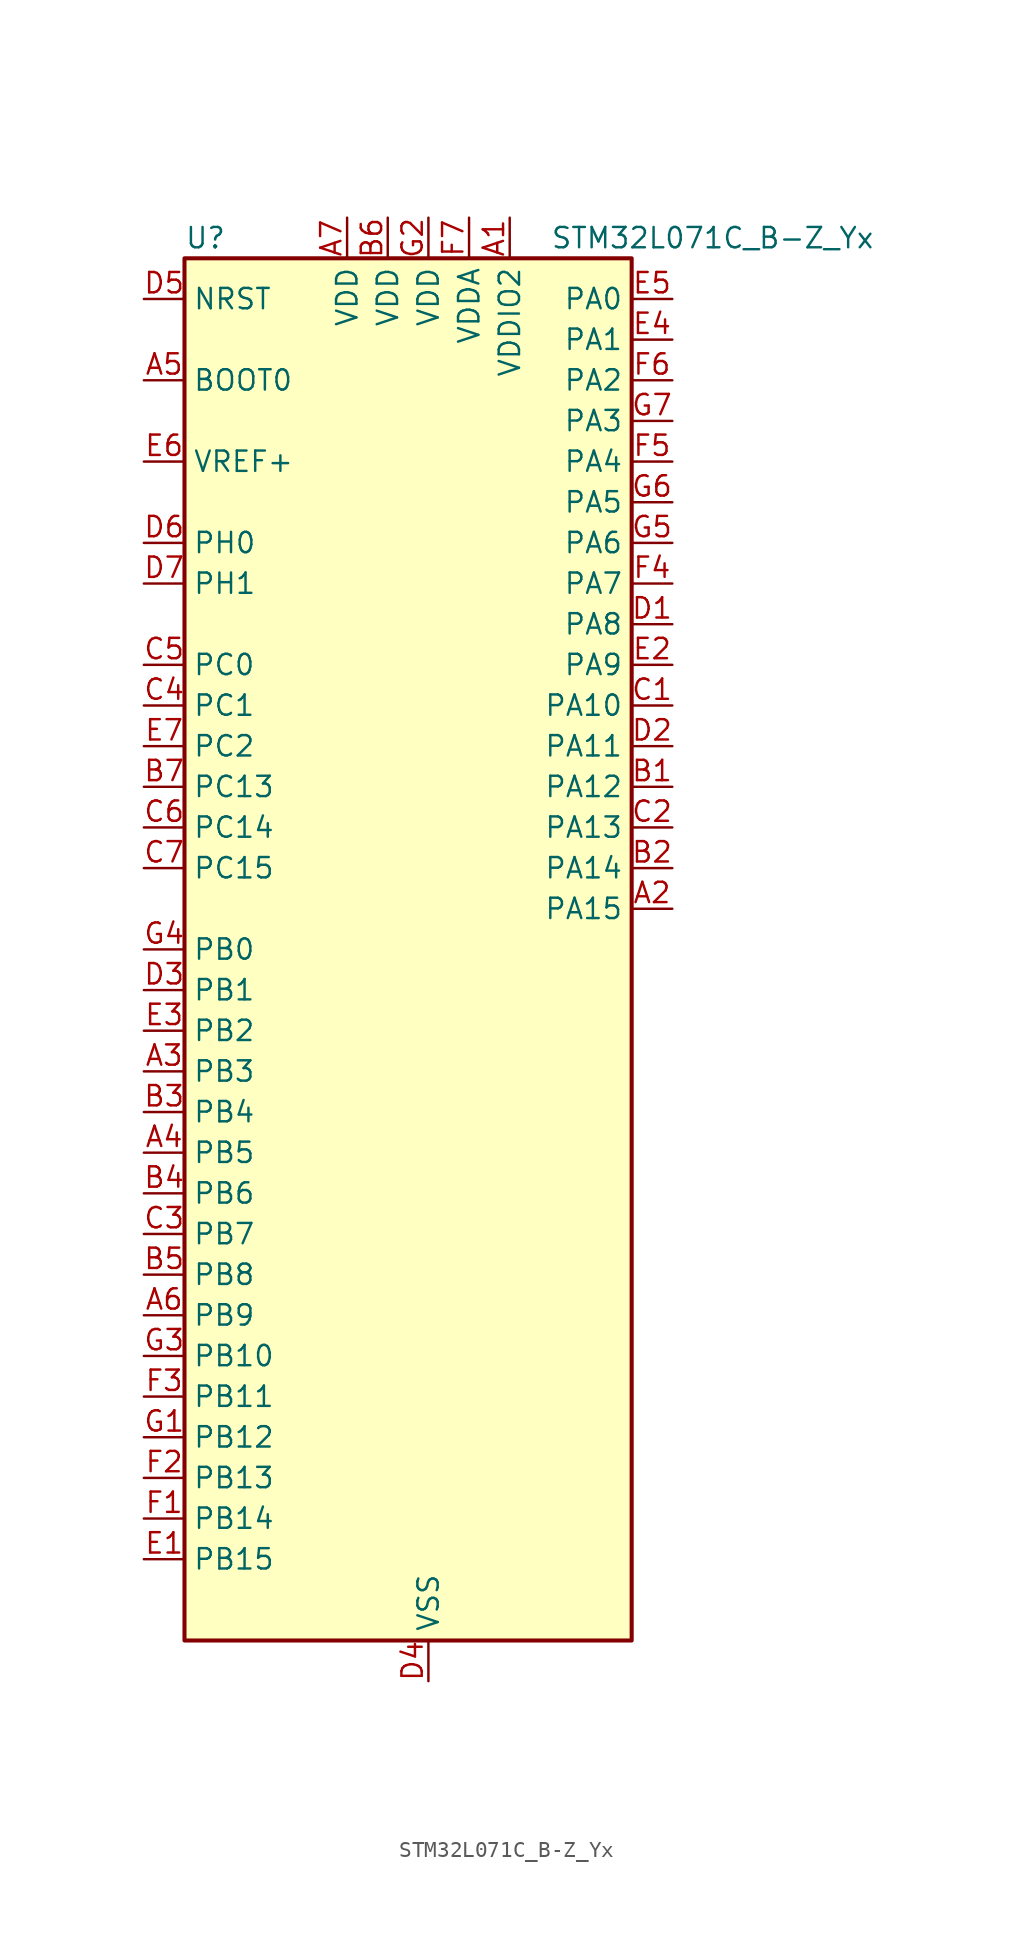
<source format=kicad_sym>
(kicad_symbol_lib
  (version 20231120)
  (generator "kicad_symbol_editor")
  (generator_version "8.0")
  (symbol "STM32L071C_B-Z_Yx"
    (property "Reference" "U"
      (at -12.7 44.45 0)
      (effects (font (size 1.27 1.27)) (justify left)))
    (property "Value" "STM32L071C_B-Z_Yx"
      (at 10.16 44.45 0)
      (effects (font (size 1.27 1.27)) (justify left)))
    (property "ki_locked" ""
      (at 0 0 0)
      (effects (font (size 1.27 1.27))))
    (symbol "STM32L071C_B-Z_Yx_0_1"
      (rectangle (start -12.7 -43.18) (end 15.24 43.18) (stroke (width 0.254) (type default)) (fill (type background))))
    (symbol "STM32L071C_B-Z_Yx_1_1"
      (pin power_in line (at 7.62 45.72 270) (length 2.54) (name "VDDIO2" (effects (font (size 1.27 1.27)))) (number "A1" (effects (font (size 1.27 1.27)))))
      (pin bidirectional line (at 17.78 2.54 180) (length 2.54) (name "PA15" (effects (font (size 1.27 1.27)))) (number "A2" (effects (font (size 1.27 1.27)))) (alternate "SPI1_NSS" bidirectional line) (alternate "TIM2_CH1" bidirectional line) (alternate "TIM2_ETR" bidirectional line) (alternate "USART2_RX" bidirectional line) (alternate "USART4_DE" bidirectional line) (alternate "USART4_RTS" bidirectional line))
      (pin bidirectional line (at -15.24 -7.62 0) (length 2.54) (name "PB3" (effects (font (size 1.27 1.27)))) (number "A3" (effects (font (size 1.27 1.27)))) (alternate "COMP2_INM" bidirectional line) (alternate "SPI1_SCK" bidirectional line) (alternate "TIM2_CH2" bidirectional line) (alternate "USART1_DE" bidirectional line) (alternate "USART1_RTS" bidirectional line) (alternate "USART5_TX" bidirectional line))
      (pin bidirectional line (at -15.24 -12.7 0) (length 2.54) (name "PB5" (effects (font (size 1.27 1.27)))) (number "A4" (effects (font (size 1.27 1.27)))) (alternate "COMP2_INP" bidirectional line) (alternate "I2C1_SMBA" bidirectional line) (alternate "LPTIM1_IN1" bidirectional line) (alternate "SPI1_MOSI" bidirectional line) (alternate "TIM22_CH2" bidirectional line) (alternate "TIM3_CH2" bidirectional line) (alternate "USART1_CK" bidirectional line) (alternate "USART5_CK" bidirectional line) (alternate "USART5_DE" bidirectional line) (alternate "USART5_RTS" bidirectional line))
      (pin input line (at -15.24 35.56 0) (length 2.54) (name "BOOT0" (effects (font (size 1.27 1.27)))) (number "A5" (effects (font (size 1.27 1.27)))))
      (pin bidirectional line (at -15.24 -22.86 0) (length 2.54) (name "PB9" (effects (font (size 1.27 1.27)))) (number "A6" (effects (font (size 1.27 1.27)))) (alternate "I2C1_SDA" bidirectional line) (alternate "I2S2_WS" bidirectional line) (alternate "SPI2_NSS" bidirectional line))
      (pin power_in line (at -2.54 45.72 270) (length 2.54) (name "VDD" (effects (font (size 1.27 1.27)))) (number "A7" (effects (font (size 1.27 1.27)))))
      (pin bidirectional line (at 17.78 10.16 180) (length 2.54) (name "PA12" (effects (font (size 1.27 1.27)))) (number "B1" (effects (font (size 1.27 1.27)))) (alternate "COMP2_OUT" bidirectional line) (alternate "SPI1_MOSI" bidirectional line) (alternate "USART1_DE" bidirectional line) (alternate "USART1_RTS" bidirectional line))
      (pin bidirectional line (at 17.78 5.08 180) (length 2.54) (name "PA14" (effects (font (size 1.27 1.27)))) (number "B2" (effects (font (size 1.27 1.27)))) (alternate "LPUART1_TX" bidirectional line) (alternate "SYS_SWCLK" bidirectional line) (alternate "USART2_TX" bidirectional line))
      (pin bidirectional line (at -15.24 -10.16 0) (length 2.54) (name "PB4" (effects (font (size 1.27 1.27)))) (number "B3" (effects (font (size 1.27 1.27)))) (alternate "COMP2_INP" bidirectional line) (alternate "I2C3_SDA" bidirectional line) (alternate "SPI1_MISO" bidirectional line) (alternate "TIM22_CH1" bidirectional line) (alternate "TIM3_CH1" bidirectional line) (alternate "USART1_CTS" bidirectional line) (alternate "USART5_RX" bidirectional line))
      (pin bidirectional line (at -15.24 -15.24 0) (length 2.54) (name "PB6" (effects (font (size 1.27 1.27)))) (number "B4" (effects (font (size 1.27 1.27)))) (alternate "COMP2_INP" bidirectional line) (alternate "I2C1_SCL" bidirectional line) (alternate "LPTIM1_ETR" bidirectional line) (alternate "USART1_TX" bidirectional line))
      (pin bidirectional line (at -15.24 -20.32 0) (length 2.54) (name "PB8" (effects (font (size 1.27 1.27)))) (number "B5" (effects (font (size 1.27 1.27)))) (alternate "I2C1_SCL" bidirectional line))
      (pin power_in line (at 0 45.72 270) (length 2.54) (name "VDD" (effects (font (size 1.27 1.27)))) (number "B6" (effects (font (size 1.27 1.27)))))
      (pin bidirectional line (at -15.24 10.16 0) (length 2.54) (name "PC13" (effects (font (size 1.27 1.27)))) (number "B7" (effects (font (size 1.27 1.27)))) (alternate "RTC_OUT_ALARM" bidirectional line) (alternate "RTC_OUT_CALIB" bidirectional line) (alternate "RTC_TAMP1" bidirectional line) (alternate "RTC_TS" bidirectional line) (alternate "SYS_WKUP2" bidirectional line))
      (pin bidirectional line (at 17.78 15.24 180) (length 2.54) (name "PA10" (effects (font (size 1.27 1.27)))) (number "C1" (effects (font (size 1.27 1.27)))) (alternate "I2C1_SDA" bidirectional line) (alternate "USART1_RX" bidirectional line))
      (pin bidirectional line (at 17.78 7.62 180) (length 2.54) (name "PA13" (effects (font (size 1.27 1.27)))) (number "C2" (effects (font (size 1.27 1.27)))) (alternate "LPUART1_RX" bidirectional line) (alternate "SYS_SWDIO" bidirectional line))
      (pin bidirectional line (at -15.24 -17.78 0) (length 2.54) (name "PB7" (effects (font (size 1.27 1.27)))) (number "C3" (effects (font (size 1.27 1.27)))) (alternate "COMP2_INP" bidirectional line) (alternate "I2C1_SDA" bidirectional line) (alternate "LPTIM1_IN2" bidirectional line) (alternate "SYS_PVD_IN" bidirectional line) (alternate "USART1_RX" bidirectional line) (alternate "USART4_CTS" bidirectional line))
      (pin bidirectional line (at -15.24 15.24 0) (length 2.54) (name "PC1" (effects (font (size 1.27 1.27)))) (number "C4" (effects (font (size 1.27 1.27)))) (alternate "ADC_IN11" bidirectional line) (alternate "I2C3_SDA" bidirectional line) (alternate "LPTIM1_OUT" bidirectional line) (alternate "LPUART1_TX" bidirectional line))
      (pin bidirectional line (at -15.24 17.78 0) (length 2.54) (name "PC0" (effects (font (size 1.27 1.27)))) (number "C5" (effects (font (size 1.27 1.27)))) (alternate "ADC_IN10" bidirectional line) (alternate "I2C3_SCL" bidirectional line) (alternate "LPTIM1_IN1" bidirectional line) (alternate "LPUART1_RX" bidirectional line))
      (pin bidirectional line (at -15.24 7.62 0) (length 2.54) (name "PC14" (effects (font (size 1.27 1.27)))) (number "C6" (effects (font (size 1.27 1.27)))) (alternate "RCC_OSC32_IN" bidirectional line))
      (pin bidirectional line (at -15.24 5.08 0) (length 2.54) (name "PC15" (effects (font (size 1.27 1.27)))) (number "C7" (effects (font (size 1.27 1.27)))) (alternate "RCC_OSC32_OUT" bidirectional line))
      (pin bidirectional line (at 17.78 20.32 180) (length 2.54) (name "PA8" (effects (font (size 1.27 1.27)))) (number "D1" (effects (font (size 1.27 1.27)))) (alternate "I2C3_SCL" bidirectional line) (alternate "RCC_MCO" bidirectional line) (alternate "USART1_CK" bidirectional line))
      (pin bidirectional line (at 17.78 12.7 180) (length 2.54) (name "PA11" (effects (font (size 1.27 1.27)))) (number "D2" (effects (font (size 1.27 1.27)))) (alternate "ADC_EXTI11" bidirectional line) (alternate "COMP1_OUT" bidirectional line) (alternate "SPI1_MISO" bidirectional line) (alternate "USART1_CTS" bidirectional line))
      (pin bidirectional line (at -15.24 -2.54 0) (length 2.54) (name "PB1" (effects (font (size 1.27 1.27)))) (number "D3" (effects (font (size 1.27 1.27)))) (alternate "ADC_IN9" bidirectional line) (alternate "LPUART1_DE" bidirectional line) (alternate "LPUART1_RTS" bidirectional line) (alternate "SYS_VREF_OUT_PB1" bidirectional line) (alternate "TIM3_CH4" bidirectional line))
      (pin power_in line (at 2.54 -45.72 90) (length 2.54) (name "VSS" (effects (font (size 1.27 1.27)))) (number "D4" (effects (font (size 1.27 1.27)))))
      (pin input line (at -15.24 40.64 0) (length 2.54) (name "NRST" (effects (font (size 1.27 1.27)))) (number "D5" (effects (font (size 1.27 1.27)))))
      (pin bidirectional line (at -15.24 25.4 0) (length 2.54) (name "PH0" (effects (font (size 1.27 1.27)))) (number "D6" (effects (font (size 1.27 1.27)))) (alternate "RCC_OSC_IN" bidirectional line))
      (pin bidirectional line (at -15.24 22.86 0) (length 2.54) (name "PH1" (effects (font (size 1.27 1.27)))) (number "D7" (effects (font (size 1.27 1.27)))) (alternate "RCC_OSC_OUT" bidirectional line))
      (pin bidirectional line (at -15.24 -38.1 0) (length 2.54) (name "PB15" (effects (font (size 1.27 1.27)))) (number "E1" (effects (font (size 1.27 1.27)))) (alternate "I2S2_SD" bidirectional line) (alternate "RTC_REFIN" bidirectional line) (alternate "SPI2_MOSI" bidirectional line))
      (pin bidirectional line (at 17.78 17.78 180) (length 2.54) (name "PA9" (effects (font (size 1.27 1.27)))) (number "E2" (effects (font (size 1.27 1.27)))) (alternate "I2C1_SCL" bidirectional line) (alternate "I2C3_SMBA" bidirectional line) (alternate "RCC_MCO" bidirectional line) (alternate "USART1_TX" bidirectional line))
      (pin bidirectional line (at -15.24 -5.08 0) (length 2.54) (name "PB2" (effects (font (size 1.27 1.27)))) (number "E3" (effects (font (size 1.27 1.27)))) (alternate "I2C3_SMBA" bidirectional line) (alternate "LPTIM1_OUT" bidirectional line))
      (pin bidirectional line (at 17.78 38.1 180) (length 2.54) (name "PA1" (effects (font (size 1.27 1.27)))) (number "E4" (effects (font (size 1.27 1.27)))) (alternate "ADC_IN1" bidirectional line) (alternate "COMP1_INP" bidirectional line) (alternate "TIM21_ETR" bidirectional line) (alternate "TIM2_CH2" bidirectional line) (alternate "USART2_DE" bidirectional line) (alternate "USART2_RTS" bidirectional line) (alternate "USART4_RX" bidirectional line))
      (pin bidirectional line (at 17.78 40.64 180) (length 2.54) (name "PA0" (effects (font (size 1.27 1.27)))) (number "E5" (effects (font (size 1.27 1.27)))) (alternate "ADC_IN0" bidirectional line) (alternate "COMP1_INM" bidirectional line) (alternate "COMP1_OUT" bidirectional line) (alternate "RTC_TAMP2" bidirectional line) (alternate "SYS_WKUP1" bidirectional line) (alternate "TIM2_CH1" bidirectional line) (alternate "TIM2_ETR" bidirectional line) (alternate "USART2_CTS" bidirectional line) (alternate "USART4_TX" bidirectional line))
      (pin input line (at -15.24 30.48 0) (length 2.54) (name "VREF+" (effects (font (size 1.27 1.27)))) (number "E6" (effects (font (size 1.27 1.27)))))
      (pin bidirectional line (at -15.24 12.7 0) (length 2.54) (name "PC2" (effects (font (size 1.27 1.27)))) (number "E7" (effects (font (size 1.27 1.27)))) (alternate "ADC_IN12" bidirectional line) (alternate "I2S2_MCK" bidirectional line) (alternate "LPTIM1_IN2" bidirectional line) (alternate "SPI2_MISO" bidirectional line))
      (pin bidirectional line (at -15.24 -35.56 0) (length 2.54) (name "PB14" (effects (font (size 1.27 1.27)))) (number "F1" (effects (font (size 1.27 1.27)))) (alternate "I2C2_SDA" bidirectional line) (alternate "I2S2_MCK" bidirectional line) (alternate "LPUART1_DE" bidirectional line) (alternate "LPUART1_RTS" bidirectional line) (alternate "RTC_OUT_ALARM" bidirectional line) (alternate "RTC_OUT_CALIB" bidirectional line) (alternate "SPI2_MISO" bidirectional line) (alternate "TIM21_CH2" bidirectional line))
      (pin bidirectional line (at -15.24 -33.02 0) (length 2.54) (name "PB13" (effects (font (size 1.27 1.27)))) (number "F2" (effects (font (size 1.27 1.27)))) (alternate "I2C2_SCL" bidirectional line) (alternate "I2S2_CK" bidirectional line) (alternate "LPUART1_CTS" bidirectional line) (alternate "RCC_MCO" bidirectional line) (alternate "SPI2_SCK" bidirectional line) (alternate "TIM21_CH1" bidirectional line))
      (pin bidirectional line (at -15.24 -27.94 0) (length 2.54) (name "PB11" (effects (font (size 1.27 1.27)))) (number "F3" (effects (font (size 1.27 1.27)))) (alternate "ADC_EXTI11" bidirectional line) (alternate "I2C2_SDA" bidirectional line) (alternate "LPUART1_RX" bidirectional line) (alternate "LPUART1_TX" bidirectional line) (alternate "TIM2_CH4" bidirectional line))
      (pin bidirectional line (at 17.78 22.86 180) (length 2.54) (name "PA7" (effects (font (size 1.27 1.27)))) (number "F4" (effects (font (size 1.27 1.27)))) (alternate "ADC_IN7" bidirectional line) (alternate "COMP2_OUT" bidirectional line) (alternate "SPI1_MOSI" bidirectional line) (alternate "TIM22_CH2" bidirectional line) (alternate "TIM3_CH2" bidirectional line))
      (pin bidirectional line (at 17.78 30.48 180) (length 2.54) (name "PA4" (effects (font (size 1.27 1.27)))) (number "F5" (effects (font (size 1.27 1.27)))) (alternate "ADC_IN4" bidirectional line) (alternate "COMP1_INM" bidirectional line) (alternate "COMP2_INM" bidirectional line) (alternate "SPI1_NSS" bidirectional line) (alternate "TIM22_ETR" bidirectional line) (alternate "USART2_CK" bidirectional line))
      (pin bidirectional line (at 17.78 35.56 180) (length 2.54) (name "PA2" (effects (font (size 1.27 1.27)))) (number "F6" (effects (font (size 1.27 1.27)))) (alternate "ADC_IN2" bidirectional line) (alternate "COMP2_INM" bidirectional line) (alternate "COMP2_OUT" bidirectional line) (alternate "LPUART1_TX" bidirectional line) (alternate "TIM21_CH1" bidirectional line) (alternate "TIM2_CH3" bidirectional line) (alternate "USART2_TX" bidirectional line))
      (pin power_in line (at 5.08 45.72 270) (length 2.54) (name "VDDA" (effects (font (size 1.27 1.27)))) (number "F7" (effects (font (size 1.27 1.27)))))
      (pin bidirectional line (at -15.24 -30.48 0) (length 2.54) (name "PB12" (effects (font (size 1.27 1.27)))) (number "G1" (effects (font (size 1.27 1.27)))) (alternate "I2S2_WS" bidirectional line) (alternate "LPUART1_DE" bidirectional line) (alternate "LPUART1_RTS" bidirectional line) (alternate "SPI2_NSS" bidirectional line))
      (pin power_in line (at 2.54 45.72 270) (length 2.54) (name "VDD" (effects (font (size 1.27 1.27)))) (number "G2" (effects (font (size 1.27 1.27)))))
      (pin bidirectional line (at -15.24 -25.4 0) (length 2.54) (name "PB10" (effects (font (size 1.27 1.27)))) (number "G3" (effects (font (size 1.27 1.27)))) (alternate "I2C2_SCL" bidirectional line) (alternate "LPUART1_RX" bidirectional line) (alternate "LPUART1_TX" bidirectional line) (alternate "SPI2_SCK" bidirectional line) (alternate "TIM2_CH3" bidirectional line))
      (pin bidirectional line (at -15.24 0 0) (length 2.54) (name "PB0" (effects (font (size 1.27 1.27)))) (number "G4" (effects (font (size 1.27 1.27)))) (alternate "ADC_IN8" bidirectional line) (alternate "SYS_VREF_OUT_PB0" bidirectional line) (alternate "TIM3_CH3" bidirectional line))
      (pin bidirectional line (at 17.78 25.4 180) (length 2.54) (name "PA6" (effects (font (size 1.27 1.27)))) (number "G5" (effects (font (size 1.27 1.27)))) (alternate "ADC_IN6" bidirectional line) (alternate "COMP1_OUT" bidirectional line) (alternate "LPUART1_CTS" bidirectional line) (alternate "SPI1_MISO" bidirectional line) (alternate "TIM22_CH1" bidirectional line) (alternate "TIM3_CH1" bidirectional line))
      (pin bidirectional line (at 17.78 27.94 180) (length 2.54) (name "PA5" (effects (font (size 1.27 1.27)))) (number "G6" (effects (font (size 1.27 1.27)))) (alternate "ADC_IN5" bidirectional line) (alternate "COMP1_INM" bidirectional line) (alternate "COMP2_INM" bidirectional line) (alternate "SPI1_SCK" bidirectional line) (alternate "TIM2_CH1" bidirectional line) (alternate "TIM2_ETR" bidirectional line))
      (pin bidirectional line (at 17.78 33.02 180) (length 2.54) (name "PA3" (effects (font (size 1.27 1.27)))) (number "G7" (effects (font (size 1.27 1.27)))) (alternate "ADC_IN3" bidirectional line) (alternate "COMP2_INP" bidirectional line) (alternate "LPUART1_RX" bidirectional line) (alternate "TIM21_CH2" bidirectional line) (alternate "TIM2_CH4" bidirectional line) (alternate "USART2_RX" bidirectional line)))))
</source>
